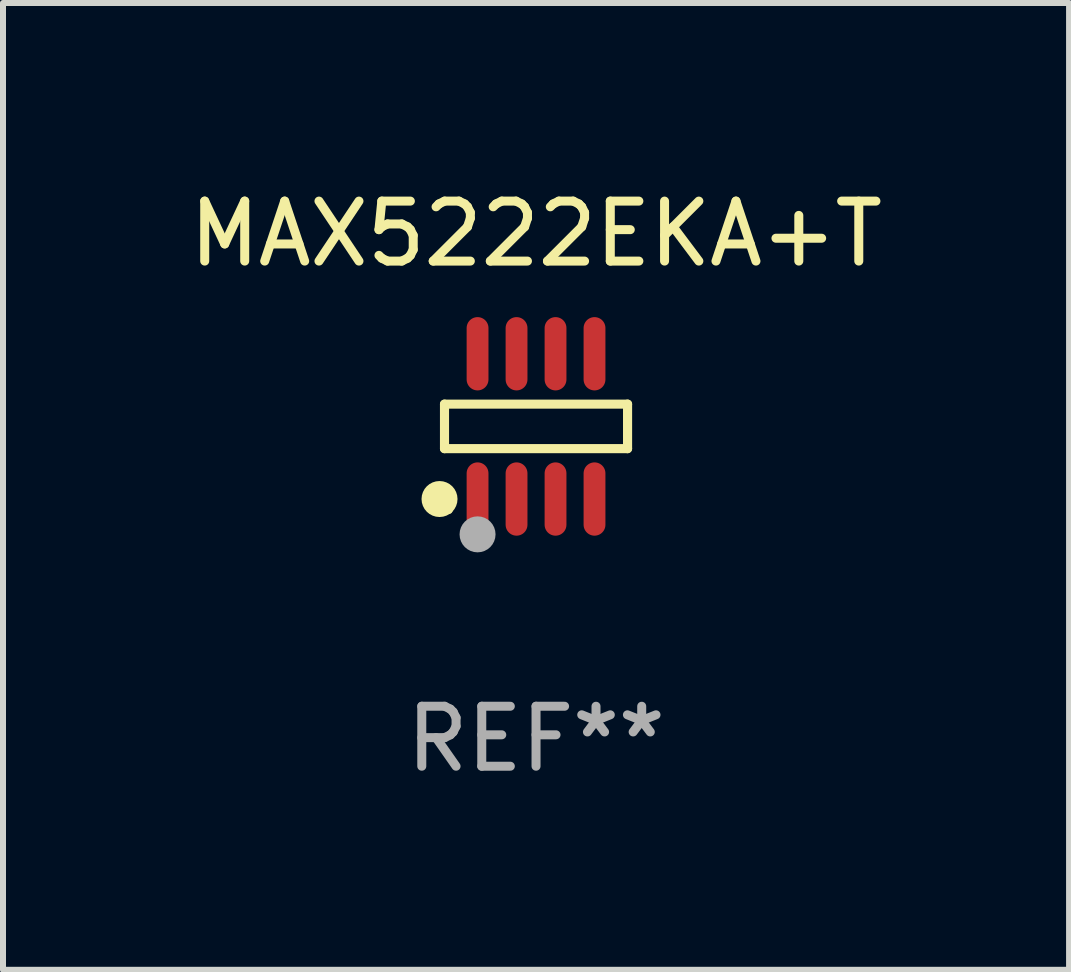
<source format=kicad_pcb>
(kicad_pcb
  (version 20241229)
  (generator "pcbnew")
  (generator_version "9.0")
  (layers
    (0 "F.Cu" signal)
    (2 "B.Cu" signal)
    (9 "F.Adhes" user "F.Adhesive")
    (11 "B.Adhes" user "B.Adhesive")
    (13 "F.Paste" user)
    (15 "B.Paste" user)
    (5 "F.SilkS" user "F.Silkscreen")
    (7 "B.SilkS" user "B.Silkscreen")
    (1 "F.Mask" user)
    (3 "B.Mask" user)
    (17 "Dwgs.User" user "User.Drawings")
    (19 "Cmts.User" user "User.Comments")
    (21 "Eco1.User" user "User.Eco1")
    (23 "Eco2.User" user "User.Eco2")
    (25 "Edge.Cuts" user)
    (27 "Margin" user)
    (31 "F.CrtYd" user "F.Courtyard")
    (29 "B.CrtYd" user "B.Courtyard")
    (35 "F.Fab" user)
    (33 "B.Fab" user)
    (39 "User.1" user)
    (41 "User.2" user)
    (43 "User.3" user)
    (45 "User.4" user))
  (footprint "MAX5222EKA+T"
    (layer "F.Cu")
    (at 5.887 4.059)
    (property "Reference" "MAX5222EKA+T" (at 0 -3.211 0) (layer "F.SilkS") (effects (font (size 1 1) (thickness 0.15))))
    (attr through_hole)
    (fp_line (start -1.526 -0.371) (end 1.526 -0.371) (stroke (width 0.152) (type solid)) (layer "F.SilkS"))
    (fp_line (start -1.526 0.371) (end -1.526 -0.371) (stroke (width 0.152) (type solid)) (layer "F.SilkS"))
    (fp_line (start 1.526 -0.371) (end 1.526 0.371) (stroke (width 0.152) (type solid)) (layer "F.SilkS"))
    (fp_line (start 1.526 0.371) (end -1.526 0.371) (stroke (width 0.152) (type solid)) (layer "F.SilkS"))
    (fp_circle (center -1.609 1.211) (end -1.459 1.211) (stroke (width 0.3) (type solid)) (fill no) (layer "F.SilkS"))
    (fp_circle (center -1.45 1.4) (end -1.42 1.4) (stroke (width 0.06) (type solid)) (fill no) (layer "F.SilkS"))
    (fp_circle (center -0.975 1.8) (end -0.825 1.8) (stroke (width 0.3) (type solid)) (fill no) (layer "F.Fab"))
    (fp_text user "REF**" (at 0 5.211 0) (layer "F.Fab") (effects (font (size 1 1) (thickness 0.15))))
    (pad "1" smd oval (at -0.975 1.211) (size 0.364 1.222) (layers "F.Cu" "F.Mask" "F.Paste"))
    (pad "2" smd oval (at -0.325 1.211) (size 0.364 1.222) (layers "F.Cu" "F.Mask" "F.Paste"))
    (pad "3" smd oval (at 0.325 1.211) (size 0.364 1.222) (layers "F.Cu" "F.Mask" "F.Paste"))
    (pad "4" smd oval (at 0.975 1.211) (size 0.364 1.222) (layers "F.Cu" "F.Mask" "F.Paste"))
    (pad "5" smd oval (at 0.975 -1.211) (size 0.364 1.222) (layers "F.Cu" "F.Mask" "F.Paste"))
    (pad "6" smd oval (at 0.325 -1.211) (size 0.364 1.222) (layers "F.Cu" "F.Mask" "F.Paste"))
    (pad "7" smd oval (at -0.325 -1.211) (size 0.364 1.222) (layers "F.Cu" "F.Mask" "F.Paste"))
    (pad "8" smd oval (at -0.975 -1.211) (size 0.364 1.222) (layers "F.Cu" "F.Mask" "F.Paste")))
  (gr_rect
    (start -3 -3)
    (end 14.774 13.119)
    (stroke (width 0.1) (type default))
    (fill no)
    (layer "Edge.Cuts")))
</source>
